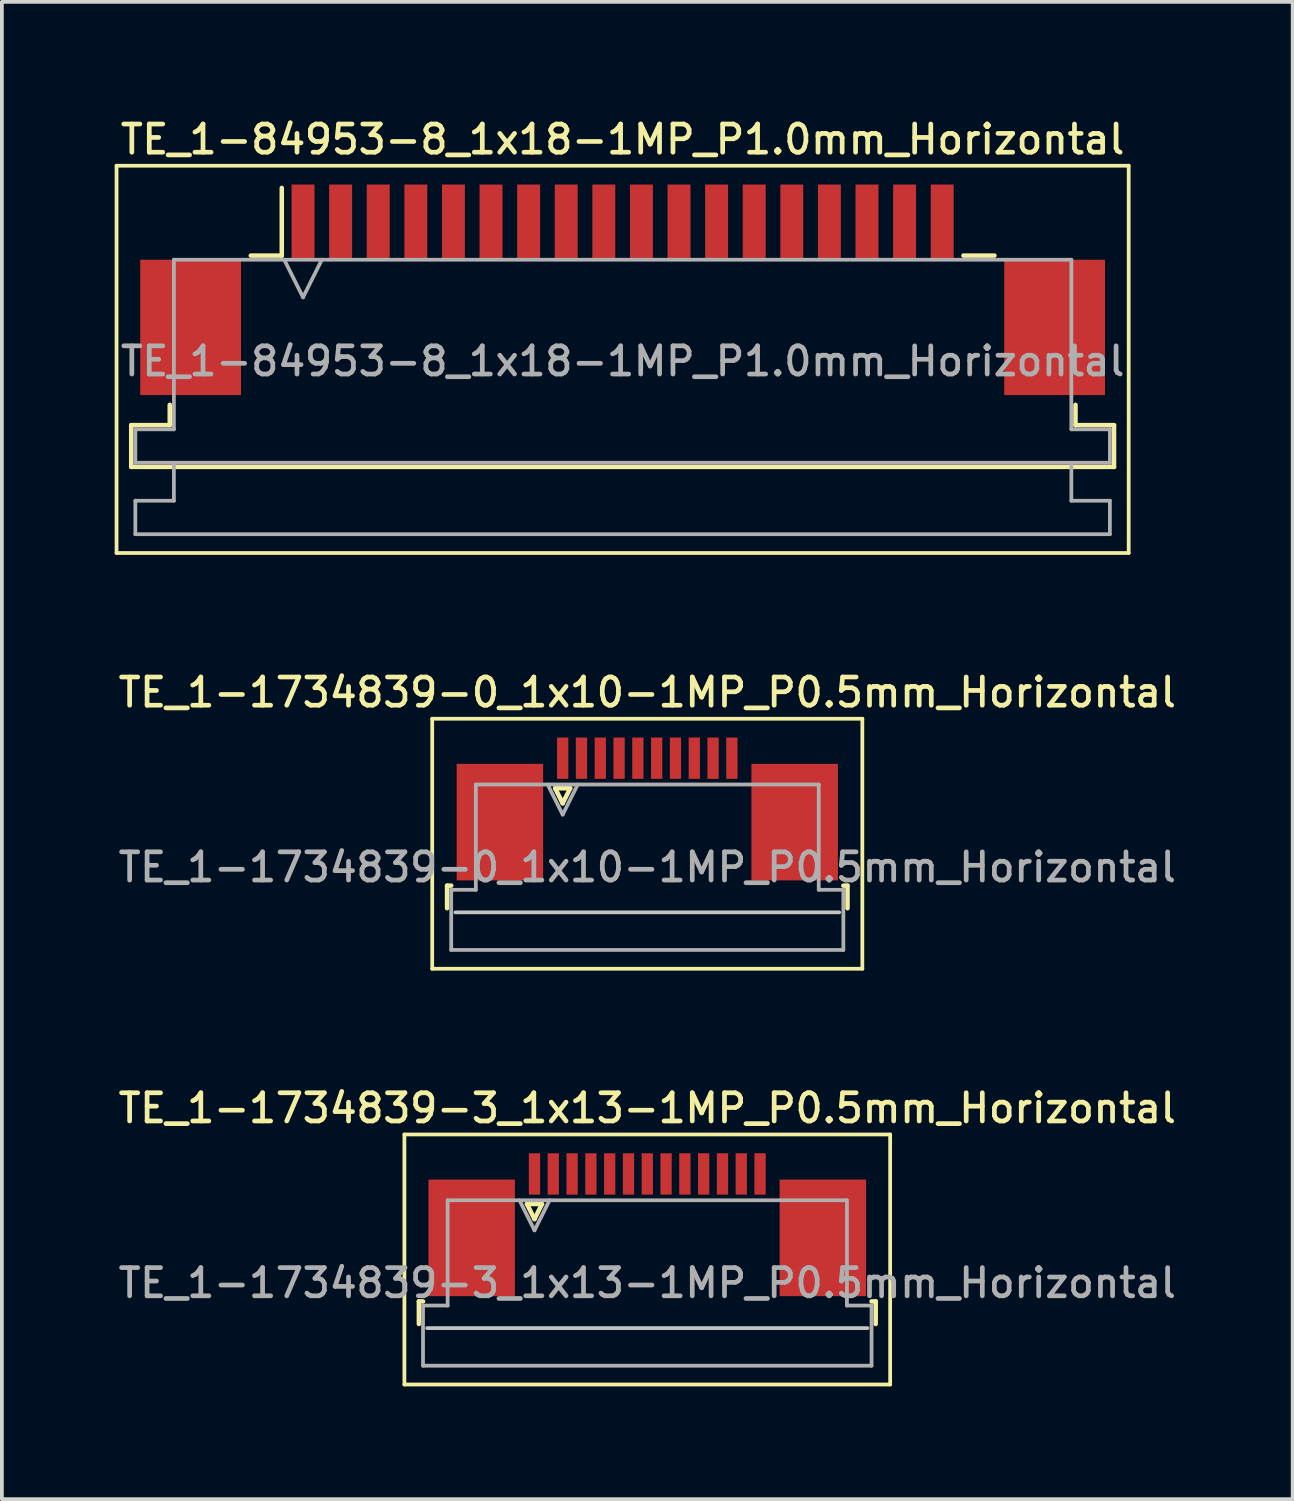
<source format=kicad_pcb>
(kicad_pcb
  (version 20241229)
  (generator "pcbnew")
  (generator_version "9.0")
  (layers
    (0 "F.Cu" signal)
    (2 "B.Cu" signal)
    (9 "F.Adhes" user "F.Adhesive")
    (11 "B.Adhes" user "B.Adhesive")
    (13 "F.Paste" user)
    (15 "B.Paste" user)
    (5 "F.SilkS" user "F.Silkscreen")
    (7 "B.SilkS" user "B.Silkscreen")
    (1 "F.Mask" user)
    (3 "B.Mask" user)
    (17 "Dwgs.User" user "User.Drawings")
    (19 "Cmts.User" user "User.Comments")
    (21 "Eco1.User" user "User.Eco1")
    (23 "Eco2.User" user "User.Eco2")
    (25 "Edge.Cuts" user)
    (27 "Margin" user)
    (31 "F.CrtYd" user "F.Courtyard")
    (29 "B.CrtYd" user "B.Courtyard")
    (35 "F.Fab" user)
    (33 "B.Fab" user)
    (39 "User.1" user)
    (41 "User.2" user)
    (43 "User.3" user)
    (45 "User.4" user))
  (footprint "TE_1-84953-8_1x18-1MP_P1.0mm_Horizontal"
    (layer "F.Cu")
    (at 13.51 4.658)
    (property "Reference" "TE_1-84953-8_1x18-1MP_P1.0mm_Horizontal" (at 0 -4 0) (layer "F.SilkS") (effects (font (size 0.75 0.75) (thickness 0.125))))
    (attr smd)
    (fp_line (start -13.46 -3.3) (end -13.46 7) (stroke (width 0.1) (type solid)) (layer "F.SilkS"))
    (fp_line (start -13.46 7) (end 13.46 7) (stroke (width 0.1) (type solid)) (layer "F.SilkS"))
    (fp_line (start -13.07 3.6) (end -12.045 3.6) (stroke (width 0.12) (type solid)) (layer "F.SilkS"))
    (fp_line (start -13.07 4.71) (end -13.07 3.6) (stroke (width 0.12) (type solid)) (layer "F.SilkS"))
    (fp_line (start -12.045 3.6) (end -12.045 3.06) (stroke (width 0.12) (type solid)) (layer "F.SilkS"))
    (fp_line (start -9.89 -0.91) (end -9.065 -0.91) (stroke (width 0.12) (type solid)) (layer "F.SilkS"))
    (fp_line (start -9.065 -0.91) (end -9.065 -2.71) (stroke (width 0.12) (type solid)) (layer "F.SilkS"))
    (fp_line (start 9.065 -0.91) (end 9.89 -0.91) (stroke (width 0.12) (type solid)) (layer "F.SilkS"))
    (fp_line (start 12.045 3.06) (end 12.045 3.6) (stroke (width 0.12) (type solid)) (layer "F.SilkS"))
    (fp_line (start 12.045 3.6) (end 13.07 3.6) (stroke (width 0.12) (type solid)) (layer "F.SilkS"))
    (fp_line (start 13.07 3.6) (end 13.07 4.71) (stroke (width 0.12) (type solid)) (layer "F.SilkS"))
    (fp_line (start 13.07 4.71) (end -13.07 4.71) (stroke (width 0.12) (type solid)) (layer "F.SilkS"))
    (fp_line (start 13.46 -3.3) (end -13.46 -3.3) (stroke (width 0.1) (type solid)) (layer "F.SilkS"))
    (fp_line (start 13.46 7) (end 13.46 -3.3) (stroke (width 0.1) (type solid)) (layer "F.SilkS"))
    (fp_line (start -12.96 3.71) (end -11.935 3.71) (stroke (width 0.1) (type solid)) (layer "F.Fab"))
    (fp_line (start -12.96 4.6) (end -12.96 3.71) (stroke (width 0.1) (type solid)) (layer "F.Fab"))
    (fp_line (start -12.96 5.61) (end -11.935 5.61) (stroke (width 0.1) (type solid)) (layer "F.Fab"))
    (fp_line (start -12.96 6.5) (end -12.96 5.61) (stroke (width 0.1) (type solid)) (layer "F.Fab"))
    (fp_line (start -11.935 -0.8) (end 11.935 -0.8) (stroke (width 0.1) (type solid)) (layer "F.Fab"))
    (fp_line (start -11.935 3.71) (end -11.935 -0.8) (stroke (width 0.1) (type solid)) (layer "F.Fab"))
    (fp_line (start -11.935 5.61) (end -11.935 4.6) (stroke (width 0.1) (type solid)) (layer "F.Fab"))
    (fp_line (start -9 -0.8) (end -8.5 0.2) (stroke (width 0.1) (type solid)) (layer "F.Fab"))
    (fp_line (start -8.5 0.2) (end -8 -0.8) (stroke (width 0.1) (type solid)) (layer "F.Fab"))
    (fp_line (start 11.935 -0.8) (end 11.935 3.71) (stroke (width 0.1) (type solid)) (layer "F.Fab"))
    (fp_line (start 11.935 3.71) (end 12.96 3.71) (stroke (width 0.1) (type solid)) (layer "F.Fab"))
    (fp_line (start 11.935 4.6) (end 11.935 5.61) (stroke (width 0.1) (type solid)) (layer "F.Fab"))
    (fp_line (start 11.935 5.61) (end 12.96 5.61) (stroke (width 0.1) (type solid)) (layer "F.Fab"))
    (fp_line (start 12.96 3.71) (end 12.96 4.6) (stroke (width 0.1) (type solid)) (layer "F.Fab"))
    (fp_line (start 12.96 4.6) (end -12.96 4.6) (stroke (width 0.1) (type solid)) (layer "F.Fab"))
    (fp_line (start 12.96 5.61) (end 12.96 6.5) (stroke (width 0.1) (type solid)) (layer "F.Fab"))
    (fp_line (start 12.96 6.5) (end -12.96 6.5) (stroke (width 0.1) (type solid)) (layer "F.Fab"))
    (fp_text user "${REFERENCE}" (at 0 1.9 0) (layer "F.Fab") (effects (font (size 0.75 0.75) (thickness 0.125))))
    (pad "1" smd rect (at -8.5 -1.8) (size 0.61 2) (layers "F.Cu" "F.Mask" "F.Paste"))
    (pad "2" smd rect (at -7.5 -1.8) (size 0.61 2) (layers "F.Cu" "F.Mask" "F.Paste"))
    (pad "3" smd rect (at -6.5 -1.8) (size 0.61 2) (layers "F.Cu" "F.Mask" "F.Paste"))
    (pad "4" smd rect (at -5.5 -1.8) (size 0.61 2) (layers "F.Cu" "F.Mask" "F.Paste"))
    (pad "5" smd rect (at -4.5 -1.8) (size 0.61 2) (layers "F.Cu" "F.Mask" "F.Paste"))
    (pad "6" smd rect (at -3.5 -1.8) (size 0.61 2) (layers "F.Cu" "F.Mask" "F.Paste"))
    (pad "7" smd rect (at -2.5 -1.8) (size 0.61 2) (layers "F.Cu" "F.Mask" "F.Paste"))
    (pad "8" smd rect (at -1.5 -1.8) (size 0.61 2) (layers "F.Cu" "F.Mask" "F.Paste"))
    (pad "9" smd rect (at -0.5 -1.8) (size 0.61 2) (layers "F.Cu" "F.Mask" "F.Paste"))
    (pad "10" smd rect (at 0.5 -1.8) (size 0.61 2) (layers "F.Cu" "F.Mask" "F.Paste"))
    (pad "11" smd rect (at 1.5 -1.8) (size 0.61 2) (layers "F.Cu" "F.Mask" "F.Paste"))
    (pad "12" smd rect (at 2.5 -1.8) (size 0.61 2) (layers "F.Cu" "F.Mask" "F.Paste"))
    (pad "13" smd rect (at 3.5 -1.8) (size 0.61 2) (layers "F.Cu" "F.Mask" "F.Paste"))
    (pad "14" smd rect (at 4.5 -1.8) (size 0.61 2) (layers "F.Cu" "F.Mask" "F.Paste"))
    (pad "15" smd rect (at 5.5 -1.8) (size 0.61 2) (layers "F.Cu" "F.Mask" "F.Paste"))
    (pad "16" smd rect (at 6.5 -1.8) (size 0.61 2) (layers "F.Cu" "F.Mask" "F.Paste"))
    (pad "17" smd rect (at 7.5 -1.8) (size 0.61 2) (layers "F.Cu" "F.Mask" "F.Paste"))
    (pad "18" smd rect (at 8.5 -1.8) (size 0.61 2) (layers "F.Cu" "F.Mask" "F.Paste"))
    (pad "MP" smd rect (at -11.49 1) (size 2.68 3.6) (layers "F.Cu" "F.Mask" "F.Paste"))
    (pad "MP" smd rect (at 11.49 1) (size 2.68 3.6) (layers "F.Cu" "F.Mask" "F.Paste")))
  (footprint "TE_1-1734839-3_1x13-1MP_P0.5mm_Horizontal"
    (layer "F.Cu")
    (at 14.166 29.524)
    (property "Reference" "TE_1-1734839-3_1x13-1MP_P0.5mm_Horizontal" (at 0 -3.1 0) (layer "F.SilkS") (effects (font (size 0.75 0.75) (thickness 0.125))))
    (attr smd)
    (fp_line (start -6.46 -2.4) (end -6.46 4.25) (stroke (width 0.1) (type solid)) (layer "F.SilkS"))
    (fp_line (start -6.46 4.25) (end 6.46 4.25) (stroke (width 0.1) (type solid)) (layer "F.SilkS"))
    (fp_line (start -6.075 2.04) (end -6.075 2.64) (stroke (width 0.12) (type solid)) (layer "F.SilkS"))
    (fp_line (start -5.965 2.04) (end -6.075 2.04) (stroke (width 0.12) (type solid)) (layer "F.SilkS"))
    (fp_line (start -3.2 -0.55) (end -3 -0.15) (stroke (width 0.12) (type solid)) (layer "F.SilkS"))
    (fp_line (start -3 -0.15) (end -2.8 -0.55) (stroke (width 0.12) (type solid)) (layer "F.SilkS"))
    (fp_line (start -2.8 -0.55) (end -3.2 -0.55) (stroke (width 0.12) (type solid)) (layer "F.SilkS"))
    (fp_line (start 5.965 2.04) (end 6.075 2.04) (stroke (width 0.12) (type solid)) (layer "F.SilkS"))
    (fp_line (start 6.075 2.04) (end 6.075 2.64) (stroke (width 0.12) (type solid)) (layer "F.SilkS"))
    (fp_line (start 6.46 -2.4) (end -6.46 -2.4) (stroke (width 0.1) (type solid)) (layer "F.SilkS"))
    (fp_line (start 6.46 4.25) (end 6.46 -2.4) (stroke (width 0.1) (type solid)) (layer "F.SilkS"))
    (fp_line (start 5.855 2.75) (end -5.855 2.75) (stroke (width 0.1) (type solid)) (layer "Dwgs.User"))
    (fp_line (start -5.965 2.15) (end -5.31 2.15) (stroke (width 0.1) (type solid)) (layer "F.Fab"))
    (fp_line (start -5.965 3.75) (end -5.965 2.15) (stroke (width 0.1) (type solid)) (layer "F.Fab"))
    (fp_line (start -5.31 -0.65) (end 5.31 -0.65) (stroke (width 0.1) (type solid)) (layer "F.Fab"))
    (fp_line (start -5.31 2.15) (end -5.31 -0.65) (stroke (width 0.1) (type solid)) (layer "F.Fab"))
    (fp_line (start -3.4 -0.65) (end -3 0.15) (stroke (width 0.1) (type solid)) (layer "F.Fab"))
    (fp_line (start -3 0.15) (end -2.6 -0.65) (stroke (width 0.1) (type solid)) (layer "F.Fab"))
    (fp_line (start 5.31 -0.65) (end 5.31 2.15) (stroke (width 0.1) (type solid)) (layer "F.Fab"))
    (fp_line (start 5.31 2.15) (end 5.965 2.15) (stroke (width 0.1) (type solid)) (layer "F.Fab"))
    (fp_line (start 5.965 2.15) (end 5.965 3.75) (stroke (width 0.1) (type solid)) (layer "F.Fab"))
    (fp_line (start 5.965 3.75) (end -5.965 3.75) (stroke (width 0.1) (type solid)) (layer "F.Fab"))
    (fp_text user "${REFERENCE}" (at 0 1.55 0) (layer "F.Fab") (effects (font (size 0.75 0.75) (thickness 0.125))))
    (pad "1" smd rect (at -3 -1.35) (size 0.3 1.1) (layers "F.Cu" "F.Mask" "F.Paste"))
    (pad "2" smd rect (at -2.5 -1.35) (size 0.3 1.1) (layers "F.Cu" "F.Mask" "F.Paste"))
    (pad "3" smd rect (at -2 -1.35) (size 0.3 1.1) (layers "F.Cu" "F.Mask" "F.Paste"))
    (pad "4" smd rect (at -1.5 -1.35) (size 0.3 1.1) (layers "F.Cu" "F.Mask" "F.Paste"))
    (pad "5" smd rect (at -1 -1.35) (size 0.3 1.1) (layers "F.Cu" "F.Mask" "F.Paste"))
    (pad "6" smd rect (at -0.5 -1.35) (size 0.3 1.1) (layers "F.Cu" "F.Mask" "F.Paste"))
    (pad "7" smd rect (at 0 -1.35) (size 0.3 1.1) (layers "F.Cu" "F.Mask" "F.Paste"))
    (pad "8" smd rect (at 0.5 -1.35) (size 0.3 1.1) (layers "F.Cu" "F.Mask" "F.Paste"))
    (pad "9" smd rect (at 1 -1.35) (size 0.3 1.1) (layers "F.Cu" "F.Mask" "F.Paste"))
    (pad "10" smd rect (at 1.5 -1.35) (size 0.3 1.1) (layers "F.Cu" "F.Mask" "F.Paste"))
    (pad "11" smd rect (at 2 -1.35) (size 0.3 1.1) (layers "F.Cu" "F.Mask" "F.Paste"))
    (pad "12" smd rect (at 2.5 -1.35) (size 0.3 1.1) (layers "F.Cu" "F.Mask" "F.Paste"))
    (pad "13" smd rect (at 3 -1.35) (size 0.3 1.1) (layers "F.Cu" "F.Mask" "F.Paste"))
    (pad "MP" smd rect (at -4.67 0.35) (size 2.3 3.1) (layers "F.Cu" "F.Mask" "F.Paste"))
    (pad "MP" smd rect (at 4.67 0.35) (size 2.3 3.1) (layers "F.Cu" "F.Mask" "F.Paste")))
  (footprint "TE_1-1734839-0_1x10-1MP_P0.5mm_Horizontal"
    (layer "F.Cu")
    (at 14.166 18.466)
    (property "Reference" "TE_1-1734839-0_1x10-1MP_P0.5mm_Horizontal" (at 0 -3.1 0) (layer "F.SilkS") (effects (font (size 0.75 0.75) (thickness 0.125))))
    (attr smd)
    (fp_line (start -5.72 -2.4) (end -5.72 4.25) (stroke (width 0.1) (type solid)) (layer "F.SilkS"))
    (fp_line (start -5.72 4.25) (end 5.72 4.25) (stroke (width 0.1) (type solid)) (layer "F.SilkS"))
    (fp_line (start -5.325 2.04) (end -5.325 2.64) (stroke (width 0.12) (type solid)) (layer "F.SilkS"))
    (fp_line (start -5.215 2.04) (end -5.325 2.04) (stroke (width 0.12) (type solid)) (layer "F.SilkS"))
    (fp_line (start -2.45 -0.55) (end -2.25 -0.15) (stroke (width 0.12) (type solid)) (layer "F.SilkS"))
    (fp_line (start -2.25 -0.15) (end -2.05 -0.55) (stroke (width 0.12) (type solid)) (layer "F.SilkS"))
    (fp_line (start -2.05 -0.55) (end -2.45 -0.55) (stroke (width 0.12) (type solid)) (layer "F.SilkS"))
    (fp_line (start 5.215 2.04) (end 5.325 2.04) (stroke (width 0.12) (type solid)) (layer "F.SilkS"))
    (fp_line (start 5.325 2.04) (end 5.325 2.64) (stroke (width 0.12) (type solid)) (layer "F.SilkS"))
    (fp_line (start 5.72 -2.4) (end -5.72 -2.4) (stroke (width 0.1) (type solid)) (layer "F.SilkS"))
    (fp_line (start 5.72 4.25) (end 5.72 -2.4) (stroke (width 0.1) (type solid)) (layer "F.SilkS"))
    (fp_line (start 5.105 2.75) (end -5.105 2.75) (stroke (width 0.1) (type solid)) (layer "Dwgs.User"))
    (fp_line (start -5.215 2.15) (end -4.56 2.15) (stroke (width 0.1) (type solid)) (layer "F.Fab"))
    (fp_line (start -5.215 3.75) (end -5.215 2.15) (stroke (width 0.1) (type solid)) (layer "F.Fab"))
    (fp_line (start -4.56 -0.65) (end 4.56 -0.65) (stroke (width 0.1) (type solid)) (layer "F.Fab"))
    (fp_line (start -4.56 2.15) (end -4.56 -0.65) (stroke (width 0.1) (type solid)) (layer "F.Fab"))
    (fp_line (start -2.65 -0.65) (end -2.25 0.15) (stroke (width 0.1) (type solid)) (layer "F.Fab"))
    (fp_line (start -2.25 0.15) (end -1.85 -0.65) (stroke (width 0.1) (type solid)) (layer "F.Fab"))
    (fp_line (start 4.56 -0.65) (end 4.56 2.15) (stroke (width 0.1) (type solid)) (layer "F.Fab"))
    (fp_line (start 4.56 2.15) (end 5.215 2.15) (stroke (width 0.1) (type solid)) (layer "F.Fab"))
    (fp_line (start 5.215 2.15) (end 5.215 3.75) (stroke (width 0.1) (type solid)) (layer "F.Fab"))
    (fp_line (start 5.215 3.75) (end -5.215 3.75) (stroke (width 0.1) (type solid)) (layer "F.Fab"))
    (fp_text user "${REFERENCE}" (at 0 1.55 0) (layer "F.Fab") (effects (font (size 0.75 0.75) (thickness 0.125))))
    (pad "1" smd rect (at -2.25 -1.35) (size 0.3 1.1) (layers "F.Cu" "F.Mask" "F.Paste"))
    (pad "2" smd rect (at -1.75 -1.35) (size 0.3 1.1) (layers "F.Cu" "F.Mask" "F.Paste"))
    (pad "3" smd rect (at -1.25 -1.35) (size 0.3 1.1) (layers "F.Cu" "F.Mask" "F.Paste"))
    (pad "4" smd rect (at -0.75 -1.35) (size 0.3 1.1) (layers "F.Cu" "F.Mask" "F.Paste"))
    (pad "5" smd rect (at -0.25 -1.35) (size 0.3 1.1) (layers "F.Cu" "F.Mask" "F.Paste"))
    (pad "6" smd rect (at 0.25 -1.35) (size 0.3 1.1) (layers "F.Cu" "F.Mask" "F.Paste"))
    (pad "7" smd rect (at 0.75 -1.35) (size 0.3 1.1) (layers "F.Cu" "F.Mask" "F.Paste"))
    (pad "8" smd rect (at 1.25 -1.35) (size 0.3 1.1) (layers "F.Cu" "F.Mask" "F.Paste"))
    (pad "9" smd rect (at 1.75 -1.35) (size 0.3 1.1) (layers "F.Cu" "F.Mask" "F.Paste"))
    (pad "10" smd rect (at 2.25 -1.35) (size 0.3 1.1) (layers "F.Cu" "F.Mask" "F.Paste"))
    (pad "MP" smd rect (at -3.92 0.35) (size 2.3 3.1) (layers "F.Cu" "F.Mask" "F.Paste"))
    (pad "MP" smd rect (at 3.92 0.35) (size 2.3 3.1) (layers "F.Cu" "F.Mask" "F.Paste")))
  (gr_rect
    (start -3 -3)
    (end 31.332 36.824)
    (stroke (width 0.1) (type default))
    (fill no)
    (layer "Edge.Cuts")))
</source>
